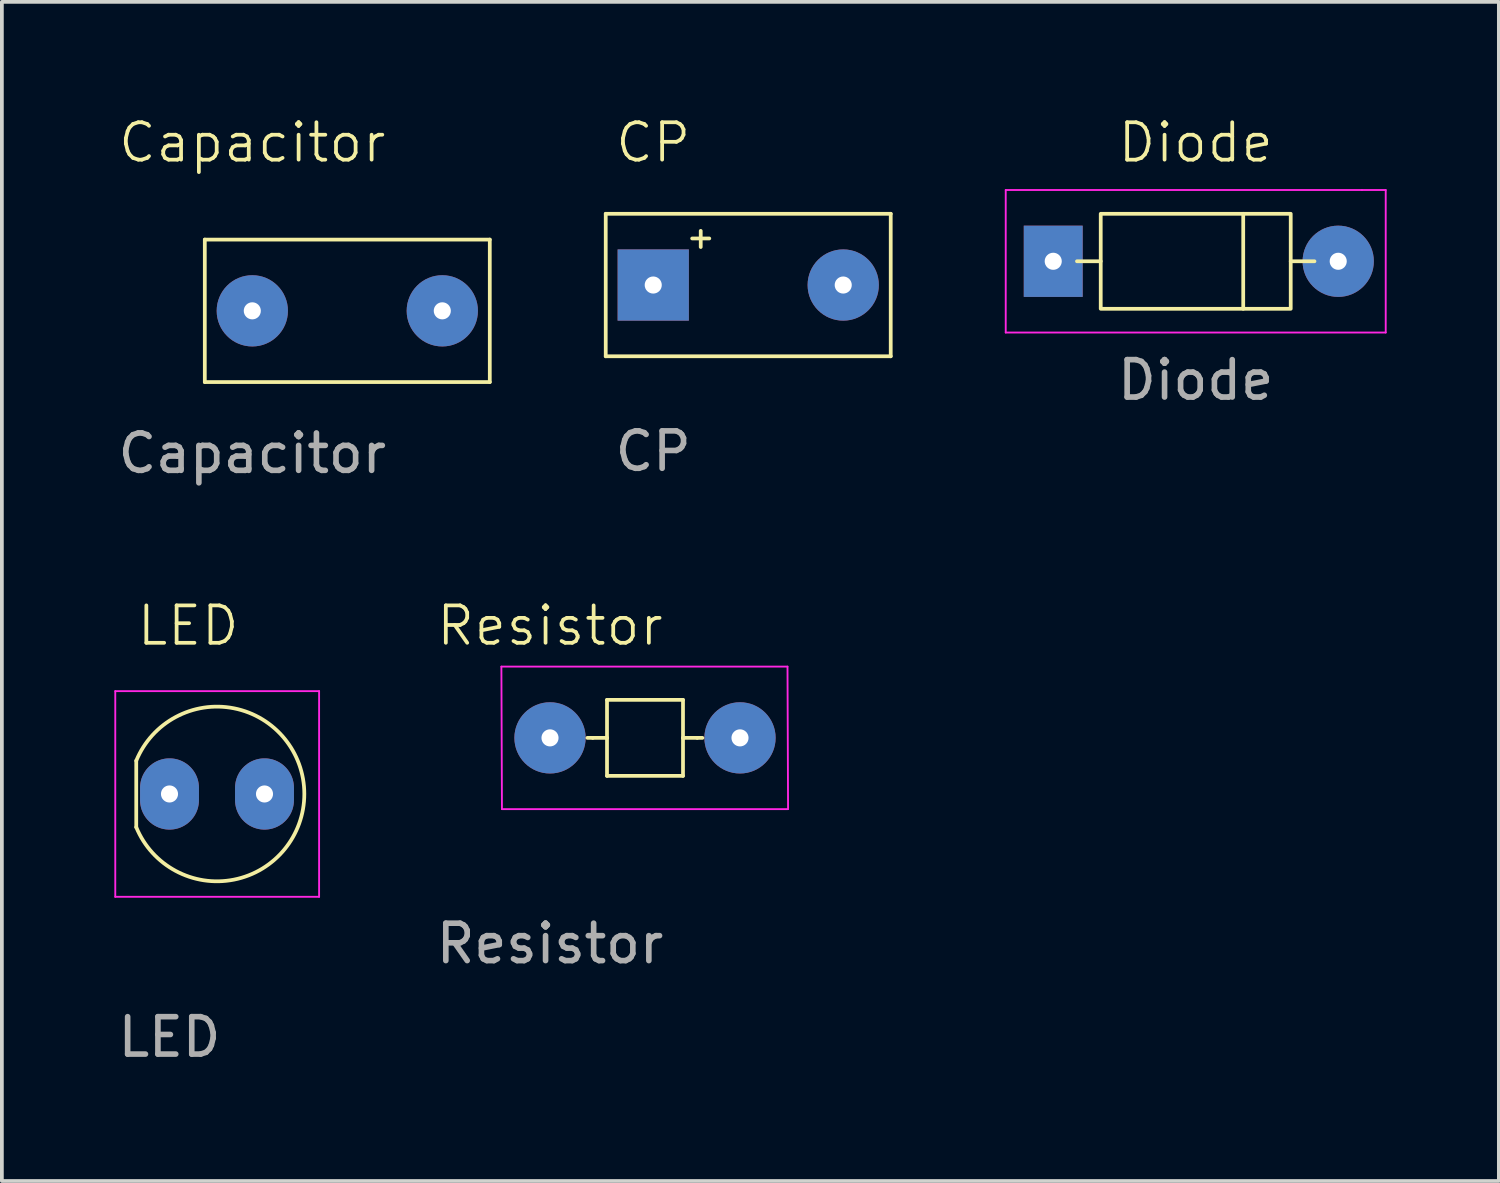
<source format=kicad_pcb>
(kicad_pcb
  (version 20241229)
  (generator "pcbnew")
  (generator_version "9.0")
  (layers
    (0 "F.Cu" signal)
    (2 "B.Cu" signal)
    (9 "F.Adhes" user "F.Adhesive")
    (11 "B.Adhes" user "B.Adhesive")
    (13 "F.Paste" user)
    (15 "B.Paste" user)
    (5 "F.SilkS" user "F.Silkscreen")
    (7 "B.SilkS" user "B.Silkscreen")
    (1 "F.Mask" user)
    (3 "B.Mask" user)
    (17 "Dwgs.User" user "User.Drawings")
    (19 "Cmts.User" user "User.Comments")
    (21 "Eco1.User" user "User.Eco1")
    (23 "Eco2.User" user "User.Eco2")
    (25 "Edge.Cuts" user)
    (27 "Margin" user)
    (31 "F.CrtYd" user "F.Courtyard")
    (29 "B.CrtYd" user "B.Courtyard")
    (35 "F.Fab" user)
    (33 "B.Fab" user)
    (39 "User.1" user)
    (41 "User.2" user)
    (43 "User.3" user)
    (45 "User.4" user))
  (footprint "Capacitor"
    (layer "F.Cu")
    (at 3.696 5.261)
    (property "Reference" "Capacitor" (at 0 -4.5 0) (unlocked yes) (layer "F.SilkS") (effects (font (size 1 1) (thickness 0.1))))
    (attr through_hole)
    (fp_line (start -1.27 -1.905) (end -1.27 1.905) (stroke (width 0.1) (type default)) (layer "F.SilkS"))
    (fp_line (start -1.27 1.905) (end 6.35 1.905) (stroke (width 0.1) (type default)) (layer "F.SilkS"))
    (fp_line (start 6.35 -1.905) (end -1.27 -1.905) (stroke (width 0.1) (type default)) (layer "F.SilkS"))
    (fp_line (start 6.35 -1.905) (end 6.35 1.905) (stroke (width 0.1) (type default)) (layer "F.SilkS"))
    (fp_text user "${REFERENCE}" (at 0 3.81 0) (unlocked yes) (layer "F.Fab") (effects (font (size 1 1) (thickness 0.15))))
    (pad "1" thru_hole oval (at 0 0) (size 1.905 1.905) (drill 0.457) (layers "*.Cu" "*.Mask"))
    (pad "2" thru_hole oval (at 5.08 0) (size 1.905 1.905) (drill 0.457) (layers "*.Cu" "*.Mask")))
  (footprint "LED"
    (layer "F.Cu")
    (at 1.482 18.179)
    (property "Reference" "LED" (at 0.5 -4.5 0) (unlocked yes) (layer "F.SilkS") (effects (font (size 1 1) (thickness 0.1))))
    (attr through_hole)
    (fp_line (start -0.889 -0.889) (end -0.889 0.889) (stroke (width 0.1) (type default)) (layer "F.SilkS"))
    (fp_arc (start -0.888999 -0.889001) (mid 3.604866 0) (end -0.888999 0.889) (stroke (width 0.1) (type default)) (layer "F.SilkS"))
    (fp_line (start -1.45 -2.75) (end -1.45 2.75) (stroke (width 0.05) (type solid)) (layer "F.CrtYd"))
    (fp_line (start -1.45 2.75) (end 4 2.75) (stroke (width 0.05) (type solid)) (layer "F.CrtYd"))
    (fp_line (start 4 -2.75) (end -1.45 -2.75) (stroke (width 0.05) (type solid)) (layer "F.CrtYd"))
    (fp_line (start 4 2.75) (end 4 -2.75) (stroke (width 0.05) (type solid)) (layer "F.CrtYd"))
    (fp_text user "${REFERENCE}" (at 0 6.5 0) (unlocked yes) (layer "F.Fab") (effects (font (size 1 1) (thickness 0.15))))
    (pad "1" thru_hole oval (at 0 0) (size 1.575 1.905) (drill 0.457) (layers "*.Cu" "*.Mask"))
    (pad "2" thru_hole oval (at 2.54 0) (size 1.575 1.905) (drill 0.457) (layers "*.Cu" "*.Mask")))
  (footprint "CP"
    (layer "F.Cu")
    (at 14.416 4.571)
    (property "Reference" "CP" (at 0 -3.81 0) (unlocked yes) (layer "F.SilkS") (effects (font (size 1 1) (thickness 0.1))))
    (attr through_hole)
    (fp_line (start -1.27 -1.905) (end -1.27 1.905) (stroke (width 0.1) (type default)) (layer "F.SilkS"))
    (fp_line (start -1.27 1.905) (end 6.35 1.905) (stroke (width 0.1) (type default)) (layer "F.SilkS"))
    (fp_line (start 1.041 -1.245) (end 1.499 -1.245) (stroke (width 0.1) (type default)) (layer "F.SilkS"))
    (fp_line (start 1.27 -1.448) (end 1.27 -1.016) (stroke (width 0.1) (type default)) (layer "F.SilkS"))
    (fp_line (start 6.35 -1.905) (end -1.27 -1.905) (stroke (width 0.1) (type default)) (layer "F.SilkS"))
    (fp_line (start 6.35 1.905) (end 6.35 -1.905) (stroke (width 0.1) (type default)) (layer "F.SilkS"))
    (fp_text user "${REFERENCE}" (at 0 4.445 0) (unlocked yes) (layer "F.Fab") (effects (font (size 1 1) (thickness 0.15))))
    (pad "1" thru_hole rect (at 0 0) (size 1.905 1.905) (drill 0.457) (layers "*.Cu" "*.Mask"))
    (pad "2" thru_hole oval (at 5.08 0) (size 1.905 1.905) (drill 0.457) (layers "*.Cu" "*.Mask")))
  (footprint "Resistor"
    (layer "F.Cu")
    (at 11.656 16.679)
    (property "Reference" "Resistor" (at 0 -3 0) (unlocked yes) (layer "F.SilkS") (effects (font (size 1 1) (thickness 0.1))))
    (attr through_hole)
    (fp_line (start 1.143 0) (end 1 0) (stroke (width 0.1) (type default)) (layer "F.SilkS"))
    (fp_line (start 1.524 -1.016) (end 3.556 -1.016) (stroke (width 0.1) (type default)) (layer "F.SilkS"))
    (fp_line (start 1.524 0) (end 1.143 0) (stroke (width 0.1) (type default)) (layer "F.SilkS"))
    (fp_line (start 1.524 0) (end 1.524 -1.016) (stroke (width 0.1) (type default)) (layer "F.SilkS"))
    (fp_line (start 1.524 1.016) (end 1.524 0) (stroke (width 0.1) (type default)) (layer "F.SilkS"))
    (fp_line (start 3.556 -1.016) (end 3.556 0) (stroke (width 0.1) (type default)) (layer "F.SilkS"))
    (fp_line (start 3.556 0) (end 3.556 1.016) (stroke (width 0.1) (type default)) (layer "F.SilkS"))
    (fp_line (start 3.556 0) (end 3.937 0) (stroke (width 0.1) (type default)) (layer "F.SilkS"))
    (fp_line (start 3.556 1.016) (end 1.524 1.016) (stroke (width 0.1) (type default)) (layer "F.SilkS"))
    (fp_line (start 3.937 0) (end 4.075 0) (stroke (width 0.1) (type default)) (layer "F.SilkS"))
    (fp_line (start -1.3 -1.905) (end -1.285 1.905) (stroke (width 0.05) (type solid)) (layer "F.CrtYd"))
    (fp_line (start 6.35 -1.905) (end -1.3 -1.905) (stroke (width 0.05) (type default)) (layer "F.CrtYd"))
    (fp_line (start 6.365 1.905) (end -1.285 1.905) (stroke (width 0.05) (type default)) (layer "F.CrtYd"))
    (fp_line (start 6.365 1.905) (end 6.35 -1.905) (stroke (width 0.05) (type solid)) (layer "F.CrtYd"))
    (fp_text user "${REFERENCE}" (at 0 5.5 0) (unlocked yes) (layer "F.Fab") (effects (font (size 1 1) (thickness 0.15))))
    (pad "1" thru_hole oval (at 0 0) (size 1.905 1.905) (drill 0.457) (layers "*.Cu" "*.Mask"))
    (pad "2" thru_hole oval (at 5.08 0) (size 1.905 1.905) (drill 0.457) (layers "*.Cu" "*.Mask")))
  (footprint "Diode"
    (layer "F.Cu")
    (at 25.111 3.936)
    (property "Reference" "Diode" (at 3.81 -3.175 0) (unlocked yes) (layer "F.SilkS") (effects (font (size 1 1) (thickness 0.1))))
    (attr through_hole)
    (fp_line (start 0.635 0) (end 1.27 0) (stroke (width 0.1) (type default)) (layer "F.SilkS"))
    (fp_line (start 5.08 -1.27) (end 5.08 1.27) (stroke (width 0.1) (type default)) (layer "F.SilkS"))
    (fp_line (start 6.35 0) (end 6.985 0) (stroke (width 0.1) (type default)) (layer "F.SilkS"))
    (fp_rect (start 1.27 -1.27) (end 6.35 1.27) (stroke (width 0.1) (type default)) (fill no) (layer "F.SilkS"))
    (fp_line (start -1.27 -1.905) (end 8.255 -1.905) (stroke (width 0.05) (type default)) (layer "F.CrtYd"))
    (fp_line (start -1.27 1.905) (end -1.27 -1.905) (stroke (width 0.05) (type default)) (layer "F.CrtYd"))
    (fp_line (start 8.255 -1.905) (end 8.89 -1.905) (stroke (width 0.05) (type default)) (layer "F.CrtYd"))
    (fp_line (start 8.89 -1.905) (end 8.89 1.905) (stroke (width 0.05) (type default)) (layer "F.CrtYd"))
    (fp_line (start 8.89 1.905) (end -1.27 1.905) (stroke (width 0.05) (type default)) (layer "F.CrtYd"))
    (fp_text user "${REFERENCE}" (at 3.81 3.175 0) (unlocked yes) (layer "F.Fab") (effects (font (size 1 1) (thickness 0.15))))
    (pad "1" thru_hole rect (at 0 0) (size 1.575 1.905) (drill 0.457) (layers "*.Cu" "*.Mask"))
    (pad "2" thru_hole circle (at 7.62 0) (size 1.905 1.905) (drill 0.457) (layers "*.Cu" "*.Mask")))
  (gr_rect
    (start -3 -3)
    (end 37.026 28.527)
    (stroke (width 0.1) (type default))
    (fill no)
    (layer "Edge.Cuts")))
</source>
